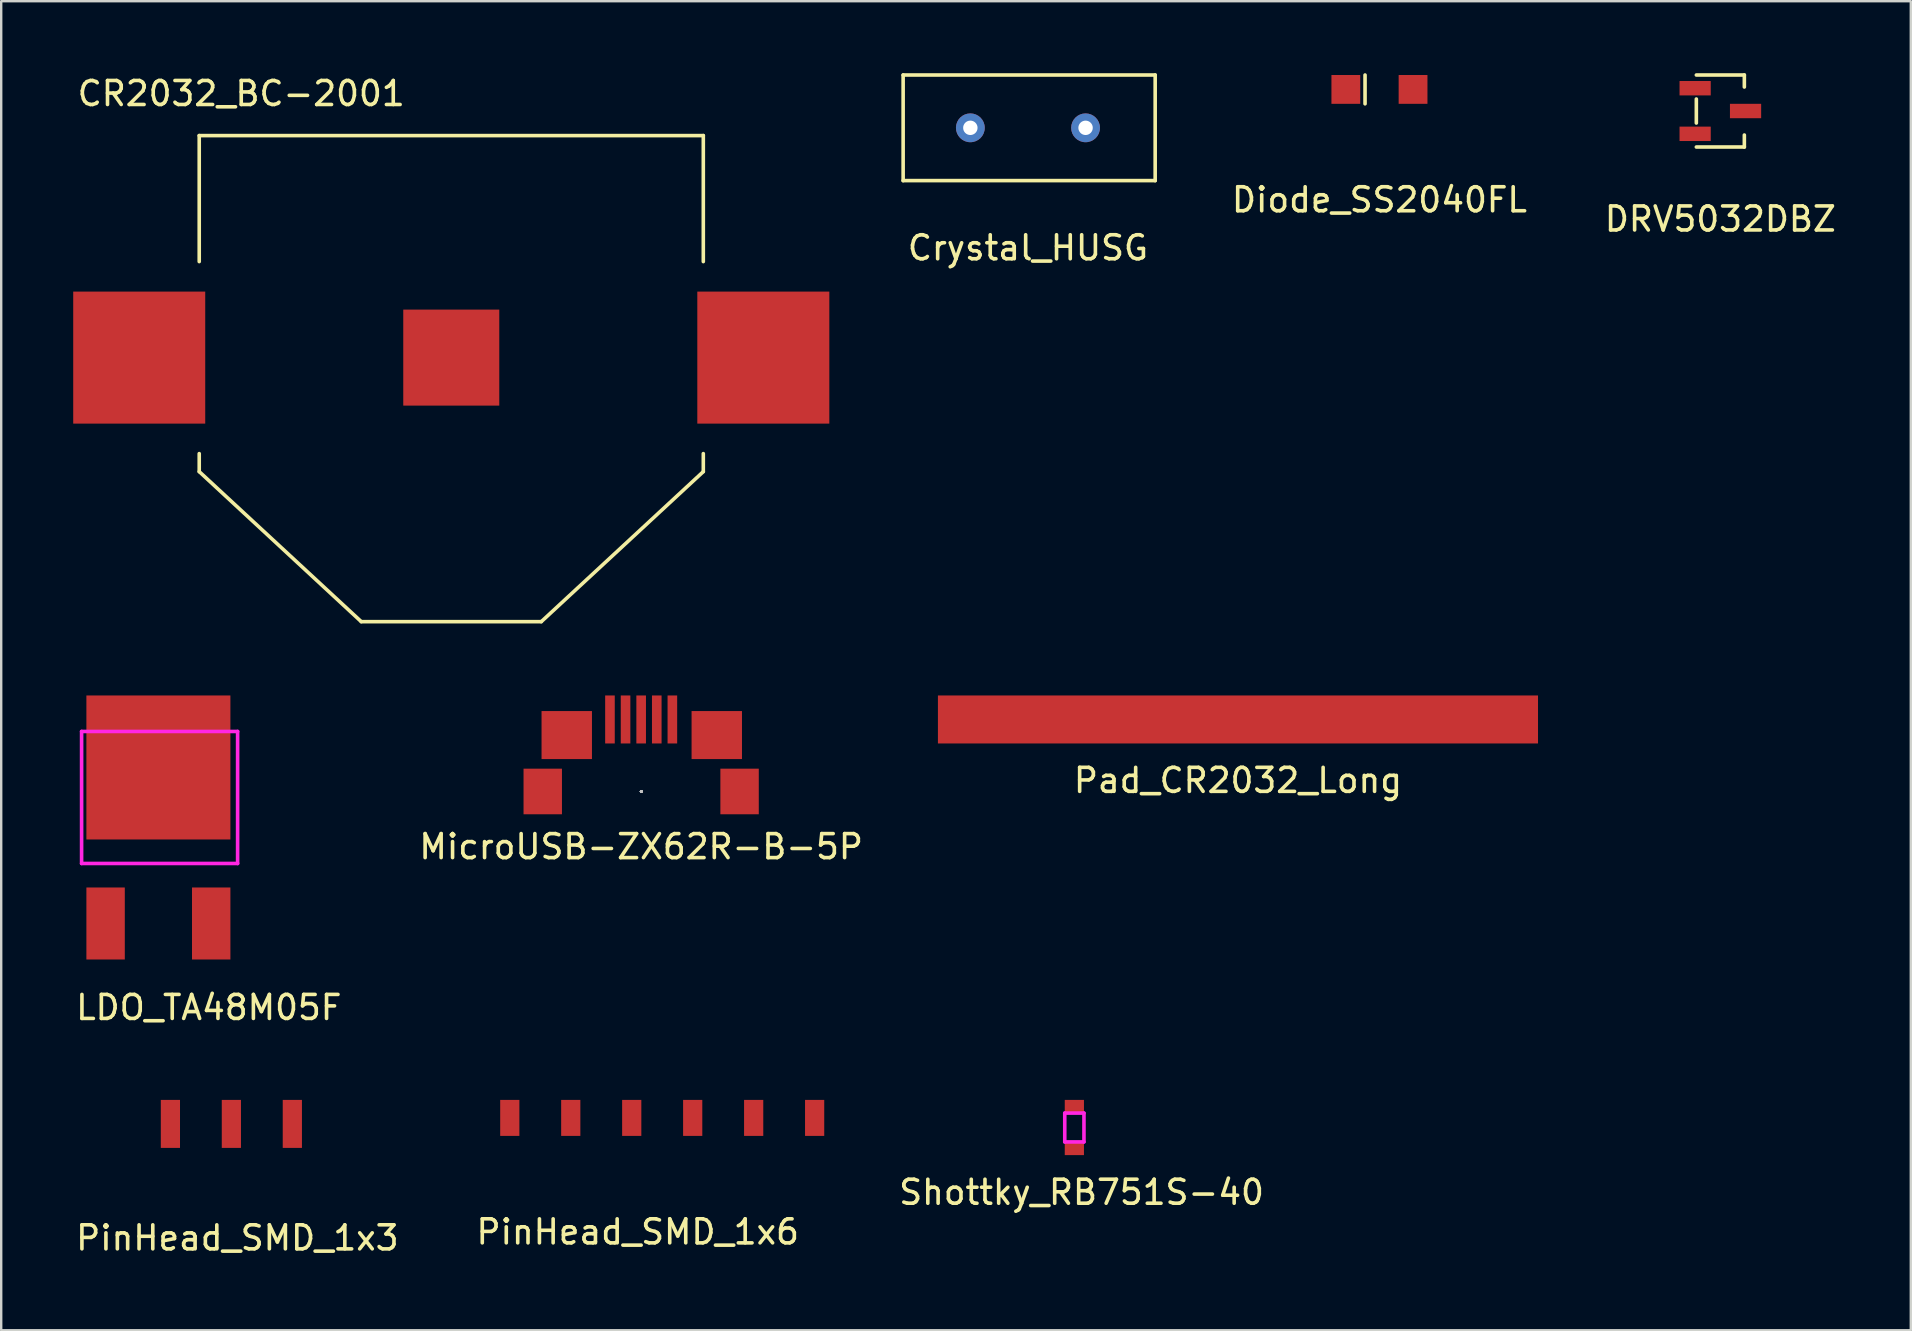
<source format=kicad_pcb>
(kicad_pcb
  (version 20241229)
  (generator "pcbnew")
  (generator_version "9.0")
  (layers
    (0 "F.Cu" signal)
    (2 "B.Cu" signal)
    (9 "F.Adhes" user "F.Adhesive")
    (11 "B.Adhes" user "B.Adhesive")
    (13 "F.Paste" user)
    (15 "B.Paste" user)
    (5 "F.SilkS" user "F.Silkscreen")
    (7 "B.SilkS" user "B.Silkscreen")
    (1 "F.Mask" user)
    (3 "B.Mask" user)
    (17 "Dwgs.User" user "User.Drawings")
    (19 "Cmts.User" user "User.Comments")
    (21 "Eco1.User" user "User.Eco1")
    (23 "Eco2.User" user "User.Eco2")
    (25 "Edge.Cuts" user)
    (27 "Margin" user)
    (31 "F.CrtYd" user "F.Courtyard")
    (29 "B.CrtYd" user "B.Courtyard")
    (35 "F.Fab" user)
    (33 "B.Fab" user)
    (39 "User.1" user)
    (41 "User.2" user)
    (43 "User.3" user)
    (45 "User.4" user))
  (footprint "Crystal_HUSG"
    (layer "F.Cu")
    (at 39.775 2.275)
    (property "Reference" "Crystal_HUSG" (at 0 5 0) (layer "F.SilkS") (effects (font (size 1 1) (thickness 0.15))))
    (attr through_hole)
    (fp_line (start -5.2 -2.2) (end -5.2 2.2) (stroke (width 0.15) (type solid)) (layer "F.SilkS"))
    (fp_line (start -5.2 2.2) (end 5.3 2.2) (stroke (width 0.15) (type solid)) (layer "F.SilkS"))
    (fp_line (start 5.3 -2.2) (end -5.2 -2.2) (stroke (width 0.15) (type solid)) (layer "F.SilkS"))
    (fp_line (start 5.3 2.2) (end 5.3 -2.2) (stroke (width 0.15) (type solid)) (layer "F.SilkS"))
    (pad "1" thru_hole circle (at -2.4 0) (size 1.2 1.2) (drill 0.6) (layers "*.Cu" "*.Mask"))
    (pad "2" thru_hole circle (at 2.4 0) (size 1.2 1.2) (drill 0.6) (layers "*.Cu" "*.Mask")))
  (footprint "Diode_SS2040FL"
    (layer "F.Cu")
    (at 54.418 0.675)
    (property "Reference" "Diode_SS2040FL" (at 0 4.6 0) (layer "F.SilkS") (effects (font (size 1 1) (thickness 0.15))))
    (attr through_hole)
    (fp_line (start -0.6 -0.6) (end -0.6 0.6) (stroke (width 0.15) (type solid)) (layer "F.SilkS"))
    (pad "1" smd rect (at -1.4 0) (size 1.2 1.2) (layers "F.Cu" "F.Mask" "F.Paste"))
    (pad "2" smd rect (at 1.4 0) (size 1.2 1.2) (layers "F.Cu" "F.Mask" "F.Paste")))
  (footprint "PinHead_SMD_1x3"
    (layer "F.Cu")
    (at 6.589 43.772)
    (property "Reference" "PinHead_SMD_1x3" (at 0.25 4.75 0) (layer "F.SilkS") (effects (font (size 1 1) (thickness 0.15))))
    (attr through_hole)
    (pad "1" smd rect (at -2.54 0) (size 0.8 2) (layers "F.Cu" "F.Mask" "F.Paste"))
    (pad "2" smd rect (at 0 0) (size 0.8 2) (layers "F.Cu" "F.Mask" "F.Paste"))
    (pad "3" smd rect (at 2.54 0) (size 0.8 2) (layers "F.Cu" "F.Mask" "F.Paste")))
  (footprint "Shottky_RB751S-40"
    (layer "F.Cu")
    (at 41.708 43.922)
    (property "Reference" "Shottky_RB751S-40" (at 0.3 2.7 0) (layer "F.SilkS") (effects (font (size 1 1) (thickness 0.15))))
    (attr through_hole)
    (fp_line (start -0.4 -0.6) (end 0.4 -0.6) (stroke (width 0.15) (type solid)) (layer "F.CrtYd"))
    (fp_line (start -0.4 0.6) (end -0.4 -0.6) (stroke (width 0.15) (type solid)) (layer "F.CrtYd"))
    (fp_line (start 0.4 -0.6) (end 0.4 0.6) (stroke (width 0.15) (type solid)) (layer "F.CrtYd"))
    (fp_line (start 0.4 0.6) (end -0.4 0.6) (stroke (width 0.15) (type solid)) (layer "F.CrtYd"))
    (pad "1" smd rect (at 0 0.85) (size 0.8 0.6) (layers "F.Cu" "F.Mask" "F.Paste"))
    (pad "2" smd rect (at 0 -0.85) (size 0.8 0.6) (layers "F.Cu" "F.Mask" "F.Paste")))
  (footprint "CR2032_BC-2001"
    (layer "F.Cu")
    (at 15.75 11.848)
    (property "Reference" "CR2032_BC-2001" (at -8.75 -11 0) (layer "F.SilkS") (effects (font (size 1 1) (thickness 0.15))))
    (attr through_hole)
    (fp_line (start -10.5 -9.25) (end -10.5 -4) (stroke (width 0.15) (type solid)) (layer "F.SilkS"))
    (fp_line (start -10.5 -9.25) (end 10.5 -9.25) (stroke (width 0.15) (type solid)) (layer "F.SilkS"))
    (fp_line (start -10.5 4.75) (end -10.5 4) (stroke (width 0.15) (type solid)) (layer "F.SilkS"))
    (fp_line (start -10.5 4.75) (end -3.75 11) (stroke (width 0.15) (type solid)) (layer "F.SilkS"))
    (fp_line (start -3.75 11) (end 3.75 11) (stroke (width 0.15) (type solid)) (layer "F.SilkS"))
    (fp_line (start 10.5 -9.25) (end 10.5 -4) (stroke (width 0.15) (type solid)) (layer "F.SilkS"))
    (fp_line (start 10.5 4.75) (end 3.75 11) (stroke (width 0.15) (type solid)) (layer "F.SilkS"))
    (fp_line (start 10.5 4.75) (end 10.5 4) (stroke (width 0.15) (type solid)) (layer "F.SilkS"))
    (pad "1" smd rect (at -13 0) (size 5.5 5.5) (layers "F.Cu" "F.Mask" "F.Paste"))
    (pad "1" smd rect (at 13 0) (size 5.5 5.5) (layers "F.Cu" "F.Mask" "F.Paste"))
    (pad "2" smd rect (at 0 0) (size 4 4) (layers "F.Cu" "F.Mask" "F.Paste")))
  (footprint "MicroUSB-ZX62R-B-5P"
    (layer "F.Cu")
    (at 23.661 29.923)
    (property "Reference" "MicroUSB-ZX62R-B-5P" (at 0 2.3 0) (layer "F.SilkS") (effects (font (size 1 1) (thickness 0.15))))
    (attr through_hole)
    (fp_line (start 0 0) (end 0 0) (stroke (width 0.1) (type solid)) (layer "Dwgs.User"))
    (fp_line (start 0 0) (end 0 0) (stroke (width 0.1) (type solid)) (layer "Dwgs.User"))
    (fp_line (start 0 0) (end 0 0) (stroke (width 0.1) (type solid)) (layer "Dwgs.User"))
    (fp_line (start 0 0) (end 0 0) (stroke (width 0.1) (type solid)) (layer "Dwgs.User"))
    (fp_line (start 0 0) (end 0 0) (stroke (width 0.1) (type solid)) (layer "Dwgs.User"))
    (fp_line (start 0 0) (end 0 0) (stroke (width 0.1) (type solid)) (layer "Dwgs.User"))
    (fp_line (start 0 0) (end 0 0) (stroke (width 0.1) (type solid)) (layer "Dwgs.User"))
    (fp_line (start 0 0) (end 0 0) (stroke (width 0.1) (type solid)) (layer "Dwgs.User"))
    (fp_line (start 0 0) (end 0 0) (stroke (width 0.1) (type solid)) (layer "Dwgs.User"))
    (fp_line (start 0 0) (end 0 0) (stroke (width 0.1) (type solid)) (layer "Dwgs.User"))
    (fp_line (start 0 0) (end 0 0) (stroke (width 0.1) (type solid)) (layer "Dwgs.User"))
    (fp_line (start 0 0) (end 0 0) (stroke (width 0.1) (type solid)) (layer "Dwgs.User"))
    (fp_line (start 0 0) (end 0 0) (stroke (width 0.1) (type solid)) (layer "Dwgs.User"))
    (fp_line (start 0 0) (end 0 0) (stroke (width 0.1) (type solid)) (layer "Dwgs.User"))
    (fp_line (start 0 0) (end 0 0) (stroke (width 0.1) (type solid)) (layer "Dwgs.User"))
    (fp_line (start 0 0) (end 0 0) (stroke (width 0.1) (type solid)) (layer "Dwgs.User"))
    (fp_line (start 0 0) (end 0 0) (stroke (width 0.1) (type solid)) (layer "Dwgs.User"))
    (fp_line (start 0 0) (end 0 0) (stroke (width 0.1) (type solid)) (layer "Dwgs.User"))
    (fp_line (start 0 0) (end 0 0) (stroke (width 0.1) (type solid)) (layer "Dwgs.User"))
    (fp_line (start 0 0) (end 0 0) (stroke (width 0.1) (type solid)) (layer "Dwgs.User"))
    (fp_line (start 0 0) (end 0 0) (stroke (width 0.1) (type solid)) (layer "Dwgs.User"))
    (fp_line (start 0 0) (end 0 0) (stroke (width 0.1) (type solid)) (layer "Dwgs.User"))
    (fp_line (start 0 0) (end 0 0) (stroke (width 0.1) (type solid)) (layer "Dwgs.User"))
    (fp_line (start 0 0) (end 0 0) (stroke (width 0.1) (type solid)) (layer "Dwgs.User"))
    (fp_line (start 0 0) (end 0 0) (stroke (width 0.1) (type solid)) (layer "Dwgs.User"))
    (fp_line (start 0 0) (end 0 0) (stroke (width 0.1) (type solid)) (layer "Dwgs.User"))
    (fp_line (start 0 0) (end 0 0) (stroke (width 0.1) (type solid)) (layer "Dwgs.User"))
    (fp_line (start 0 0) (end 0 0) (stroke (width 0.1) (type solid)) (layer "Dwgs.User"))
    (fp_line (start 0 0) (end 0 0) (stroke (width 0.1) (type solid)) (layer "Dwgs.User"))
    (fp_line (start 0 0) (end 0 0) (stroke (width 0.1) (type solid)) (layer "Dwgs.User"))
    (fp_line (start 0 0) (end 0 0) (stroke (width 0.1) (type solid)) (layer "Dwgs.User"))
    (fp_line (start 0 0) (end 0 0) (stroke (width 0.1) (type solid)) (layer "Dwgs.User"))
    (fp_line (start 0 0) (end 0 0) (stroke (width 0.1) (type solid)) (layer "Dwgs.User"))
    (fp_line (start 0 0) (end 0 0) (stroke (width 0.1) (type solid)) (layer "Dwgs.User"))
    (fp_line (start 0 0) (end 0 0) (stroke (width 0.1) (type solid)) (layer "Dwgs.User"))
    (fp_line (start 0 0) (end 0 0) (stroke (width 0.1) (type solid)) (layer "Dwgs.User"))
    (fp_line (start 0 0) (end 0 0) (stroke (width 0.1) (type solid)) (layer "Dwgs.User"))
    (fp_line (start 0 0) (end 0 0) (stroke (width 0.1) (type solid)) (layer "Dwgs.User"))
    (fp_line (start 0 0) (end 0 0) (stroke (width 0.1) (type solid)) (layer "Dwgs.User"))
    (fp_line (start 0 0) (end 0 0) (stroke (width 0.1) (type solid)) (layer "Dwgs.User"))
    (fp_line (start 0 0) (end 0 0) (stroke (width 0.1) (type solid)) (layer "Dwgs.User"))
    (fp_line (start 0 0) (end 0 0) (stroke (width 0.1) (type solid)) (layer "Dwgs.User"))
    (fp_line (start 0 0) (end 0 0) (stroke (width 0.1) (type solid)) (layer "Dwgs.User"))
    (fp_line (start 0 0) (end 0 0) (stroke (width 0.1) (type solid)) (layer "Dwgs.User"))
    (fp_line (start 0 0) (end 0 0) (stroke (width 0.1) (type solid)) (layer "Dwgs.User"))
    (fp_line (start 0 0) (end 0 0) (stroke (width 0.1) (type solid)) (layer "Dwgs.User"))
    (fp_line (start 0 0) (end 0 0) (stroke (width 0.1) (type solid)) (layer "Dwgs.User"))
    (fp_line (start 0 0) (end 0 0) (stroke (width 0.1) (type solid)) (layer "Dwgs.User"))
    (fp_line (start 0 0) (end 0 0) (stroke (width 0.1) (type solid)) (layer "Dwgs.User"))
    (fp_line (start 0 0) (end 0 0) (stroke (width 0.1) (type solid)) (layer "Dwgs.User"))
    (fp_line (start 0 0) (end 0 0) (stroke (width 0.1) (type solid)) (layer "Dwgs.User"))
    (fp_line (start 0 0) (end 0 0) (stroke (width 0.1) (type solid)) (layer "Dwgs.User"))
    (fp_line (start 0 0) (end 0 0) (stroke (width 0.1) (type solid)) (layer "Dwgs.User"))
    (fp_line (start 0 0) (end 0 0) (stroke (width 0.1) (type solid)) (layer "Dwgs.User"))
    (fp_line (start 0 0) (end 0 0) (stroke (width 0.1) (type solid)) (layer "Dwgs.User"))
    (fp_line (start 0 0) (end 0 0) (stroke (width 0.1) (type solid)) (layer "Dwgs.User"))
    (fp_line (start 0 0) (end 0 0) (stroke (width 0.1) (type solid)) (layer "Dwgs.User"))
    (fp_line (start 0 0) (end 0 0) (stroke (width 0.1) (type solid)) (layer "Dwgs.User"))
    (fp_line (start 0 0) (end 0 0) (stroke (width 0.1) (type solid)) (layer "Dwgs.User"))
    (fp_line (start 0 0) (end 0 0) (stroke (width 0.1) (type solid)) (layer "Dwgs.User"))
    (fp_line (start 0 0) (end 0 0) (stroke (width 0.1) (type solid)) (layer "Dwgs.User"))
    (fp_line (start 0 0) (end 0 0) (stroke (width 0.1) (type solid)) (layer "Dwgs.User"))
    (fp_line (start 0 0) (end 0 0) (stroke (width 0.1) (type solid)) (layer "Dwgs.User"))
    (fp_line (start 0 0) (end 0 0) (stroke (width 0.1) (type solid)) (layer "Dwgs.User"))
    (fp_line (start 0 0) (end 0 0) (stroke (width 0.1) (type solid)) (layer "Dwgs.User"))
    (fp_line (start 0 0) (end 0 0) (stroke (width 0.1) (type solid)) (layer "Dwgs.User"))
    (fp_line (start 0 0) (end 0 0) (stroke (width 0.1) (type solid)) (layer "Dwgs.User"))
    (fp_line (start 0 0) (end 0 0) (stroke (width 0.1) (type solid)) (layer "Dwgs.User"))
    (fp_line (start 0 0) (end 0 0) (stroke (width 0.1) (type solid)) (layer "Dwgs.User"))
    (fp_line (start 0 0) (end 0 0) (stroke (width 0.1) (type solid)) (layer "Dwgs.User"))
    (fp_line (start 0 0) (end 0 0) (stroke (width 0.1) (type solid)) (layer "Dwgs.User"))
    (fp_line (start 0 0) (end 0 0) (stroke (width 0.1) (type solid)) (layer "Dwgs.User"))
    (fp_line (start 0 0) (end 0 0) (stroke (width 0.1) (type solid)) (layer "Dwgs.User"))
    (fp_line (start 0 0) (end 0 0) (stroke (width 0.1) (type solid)) (layer "Dwgs.User"))
    (fp_line (start 0 0) (end 0 0) (stroke (width 0.1) (type solid)) (layer "Dwgs.User"))
    (fp_line (start 0 0) (end 0 0) (stroke (width 0.1) (type solid)) (layer "Dwgs.User"))
    (fp_line (start 0 0) (end 0 0) (stroke (width 0.1) (type solid)) (layer "Dwgs.User"))
    (fp_line (start 0 0) (end 0 0) (stroke (width 0.1) (type solid)) (layer "Dwgs.User"))
    (fp_line (start 0 0) (end 0 0) (stroke (width 0.1) (type solid)) (layer "Dwgs.User"))
    (fp_line (start 0 0) (end 0 0) (stroke (width 0.1) (type solid)) (layer "Dwgs.User"))
    (fp_line (start 0 0) (end 0 0) (stroke (width 0.1) (type solid)) (layer "Dwgs.User"))
    (fp_line (start 0 0) (end 0 0) (stroke (width 0.1) (type solid)) (layer "Dwgs.User"))
    (fp_line (start 0 0) (end 0 0) (stroke (width 0.1) (type solid)) (layer "Dwgs.User"))
    (fp_line (start 0 0) (end 0 0) (stroke (width 0.1) (type solid)) (layer "Dwgs.User"))
    (fp_line (start 0 0) (end 0 0) (stroke (width 0.1) (type solid)) (layer "Dwgs.User"))
    (fp_line (start 0 0) (end 0 0) (stroke (width 0.1) (type solid)) (layer "Dwgs.User"))
    (fp_line (start 0 0) (end 0 0) (stroke (width 0.1) (type solid)) (layer "Dwgs.User"))
    (fp_line (start 0 0) (end 0 0) (stroke (width 0.1) (type solid)) (layer "Dwgs.User"))
    (fp_line (start 0 0) (end 0 0) (stroke (width 0.1) (type solid)) (layer "Dwgs.User"))
    (fp_line (start 0 0) (end 0 0) (stroke (width 0.1) (type solid)) (layer "Dwgs.User"))
    (fp_line (start 0 0) (end 0 0) (stroke (width 0.1) (type solid)) (layer "Dwgs.User"))
    (fp_line (start 0 0) (end 0 0) (stroke (width 0.1) (type solid)) (layer "Dwgs.User"))
    (fp_line (start 0 0) (end 0 0) (stroke (width 0.1) (type solid)) (layer "Dwgs.User"))
    (fp_line (start 0 0) (end 0 0) (stroke (width 0.1) (type solid)) (layer "Dwgs.User"))
    (fp_line (start 0 0) (end 0 0) (stroke (width 0.1) (type solid)) (layer "Dwgs.User"))
    (fp_line (start 0 0) (end 0 0) (stroke (width 0.1) (type solid)) (layer "Dwgs.User"))
    (fp_line (start 0 0) (end 0 0) (stroke (width 0.1) (type solid)) (layer "Dwgs.User"))
    (fp_line (start 0 0) (end 0 0) (stroke (width 0.1) (type solid)) (layer "Dwgs.User"))
    (fp_line (start 0 0) (end 0 0) (stroke (width 0.1) (type solid)) (layer "Dwgs.User"))
    (fp_line (start 0 0) (end 0 0) (stroke (width 0.1) (type solid)) (layer "Dwgs.User"))
    (fp_line (start 0 0) (end 0 0) (stroke (width 0.1) (type solid)) (layer "Dwgs.User"))
    (fp_line (start 0 0) (end 0 0) (stroke (width 0.1) (type solid)) (layer "Dwgs.User"))
    (fp_line (start 0 0) (end 0 0) (stroke (width 0.1) (type solid)) (layer "Dwgs.User"))
    (fp_line (start 0 0) (end 0 0) (stroke (width 0.1) (type solid)) (layer "Dwgs.User"))
    (fp_line (start 0 0) (end 0 0) (stroke (width 0.1) (type solid)) (layer "Dwgs.User"))
    (fp_line (start 0 0) (end 0 0) (stroke (width 0.1) (type solid)) (layer "Dwgs.User"))
    (fp_line (start 0 0) (end 0 0) (stroke (width 0.1) (type solid)) (layer "Dwgs.User"))
    (fp_line (start 0 0) (end 0 0) (stroke (width 0.1) (type solid)) (layer "Dwgs.User"))
    (pad "5" smd rect (at -1.3 -3) (size 0.4 2) (layers "F.Cu" "F.Mask" "F.Paste"))
    (pad "5" smd rect (at -0.65 -3) (size 0.4 2) (layers "F.Cu" "F.Mask" "F.Paste"))
    (pad "5" smd rect (at 0 -3) (size 0.4 2) (layers "F.Cu" "F.Mask" "F.Paste"))
    (pad "5" smd rect (at 0.65 -3) (size 0.4 2) (layers "F.Cu" "F.Mask" "F.Paste"))
    (pad "5" smd rect (at 1.3 -3) (size 0.4 2) (layers "F.Cu" "F.Mask" "F.Paste"))
    (pad "6" smd rect (at -4.1 0) (size 1.6 1.9) (layers "F.Cu" "F.Mask" "F.Paste"))
    (pad "6" smd rect (at -3.1 -2.35) (size 2.1 2) (layers "F.Cu" "F.Mask" "F.Paste"))
    (pad "6" smd rect (at 3.15 -2.35) (size 2.1 2) (layers "F.Cu" "F.Mask" "F.Paste"))
    (pad "6" smd rect (at 4.1 0) (size 1.6 1.9) (layers "F.Cu" "F.Mask" "F.Paste")))
  (footprint "DRV5032DBZ"
    (layer "F.Cu")
    (at 68.62 1.575)
    (property "Reference" "DRV5032DBZ" (at 0 4.5 0) (layer "F.SilkS") (effects (font (size 1 1) (thickness 0.15))))
    (attr through_hole)
    (fp_line (start -1 -1.5) (end 1 -1.5) (stroke (width 0.15) (type solid)) (layer "F.SilkS"))
    (fp_line (start -1 -0.5) (end -1 0.5) (stroke (width 0.15) (type solid)) (layer "F.SilkS"))
    (fp_line (start -1 1.5) (end 1 1.5) (stroke (width 0.15) (type solid)) (layer "F.SilkS"))
    (fp_line (start 1 -1.5) (end 1 -1) (stroke (width 0.15) (type solid)) (layer "F.SilkS"))
    (fp_line (start 1 1.5) (end 1 1) (stroke (width 0.15) (type solid)) (layer "F.SilkS"))
    (pad "1" smd rect (at -1.05 -0.95) (size 1.3 0.6) (layers "F.Cu" "F.Mask" "F.Paste"))
    (pad "2" smd rect (at -1.05 0.95) (size 1.3 0.6) (layers "F.Cu" "F.Mask" "F.Paste"))
    (pad "3" smd rect (at 1.05 0) (size 1.3 0.6) (layers "F.Cu" "F.Mask" "F.Paste")))
  (footprint "LDO_TA48M05F"
    (layer "F.Cu")
    (at 3.549 33.923)
    (property "Reference" "LDO_TA48M05F" (at 2.1 5 0) (layer "F.SilkS") (effects (font (size 1 1) (thickness 0.15))))
    (attr through_hole)
    (fp_line (start -3.2 -6.5) (end 3.3 -6.5) (stroke (width 0.15) (type solid)) (layer "F.CrtYd"))
    (fp_line (start -3.2 -1) (end -3.2 -6.5) (stroke (width 0.15) (type solid)) (layer "F.CrtYd"))
    (fp_line (start 3.3 -6.5) (end 3.3 -1) (stroke (width 0.15) (type solid)) (layer "F.CrtYd"))
    (fp_line (start 3.3 -1) (end -3.2 -1) (stroke (width 0.15) (type solid)) (layer "F.CrtYd"))
    (pad "1" smd rect (at -2.2 1.5) (size 1.6 3) (layers "F.Cu" "F.Mask" "F.Paste"))
    (pad "2" smd rect (at 2.2 1.5) (size 1.6 3) (layers "F.Cu" "F.Mask" "F.Paste"))
    (pad "3" smd rect (at 0 -5) (size 6 6) (layers "F.Cu" "F.Mask" "F.Paste")))
  (footprint "PinHead_SMD_1x6"
    (layer "F.Cu")
    (at 23.268 43.522)
    (property "Reference" "PinHead_SMD_1x6" (at 0.25 4.75 0) (layer "F.SilkS") (effects (font (size 1 1) (thickness 0.15))))
    (attr through_hole)
    (pad "1" smd rect (at -5.08 0) (size 0.8 1.5) (layers "F.Cu" "F.Mask" "F.Paste"))
    (pad "2" smd rect (at -2.54 0) (size 0.8 1.5) (layers "F.Cu" "F.Mask" "F.Paste"))
    (pad "3" smd rect (at 0 0) (size 0.8 1.5) (layers "F.Cu" "F.Mask" "F.Paste"))
    (pad "4" smd rect (at 2.54 0) (size 0.8 1.5) (layers "F.Cu" "F.Mask" "F.Paste"))
    (pad "5" smd rect (at 5.08 0) (size 0.8 1.5) (layers "F.Cu" "F.Mask" "F.Paste"))
    (pad "6" smd rect (at 7.62 0) (size 0.8 1.5) (layers "F.Cu" "F.Mask" "F.Paste")))
  (footprint "Pad_CR2032_Long"
    (layer "F.Cu")
    (at 48.524 26.923)
    (property "Reference" "Pad_CR2032_Long" (at 0 2.54 0) (layer "F.SilkS") (effects (font (size 1 1) (thickness 0.15))))
    (attr through_hole)
    (pad "1" smd rect (at 0 0) (size 25 2) (layers "F.Cu" "F.Mask" "F.Paste")))
  (gr_rect
    (start -3 -3)
    (end 76.555 52.37)
    (stroke (width 0.1) (type default))
    (fill no)
    (layer "Edge.Cuts")))
</source>
